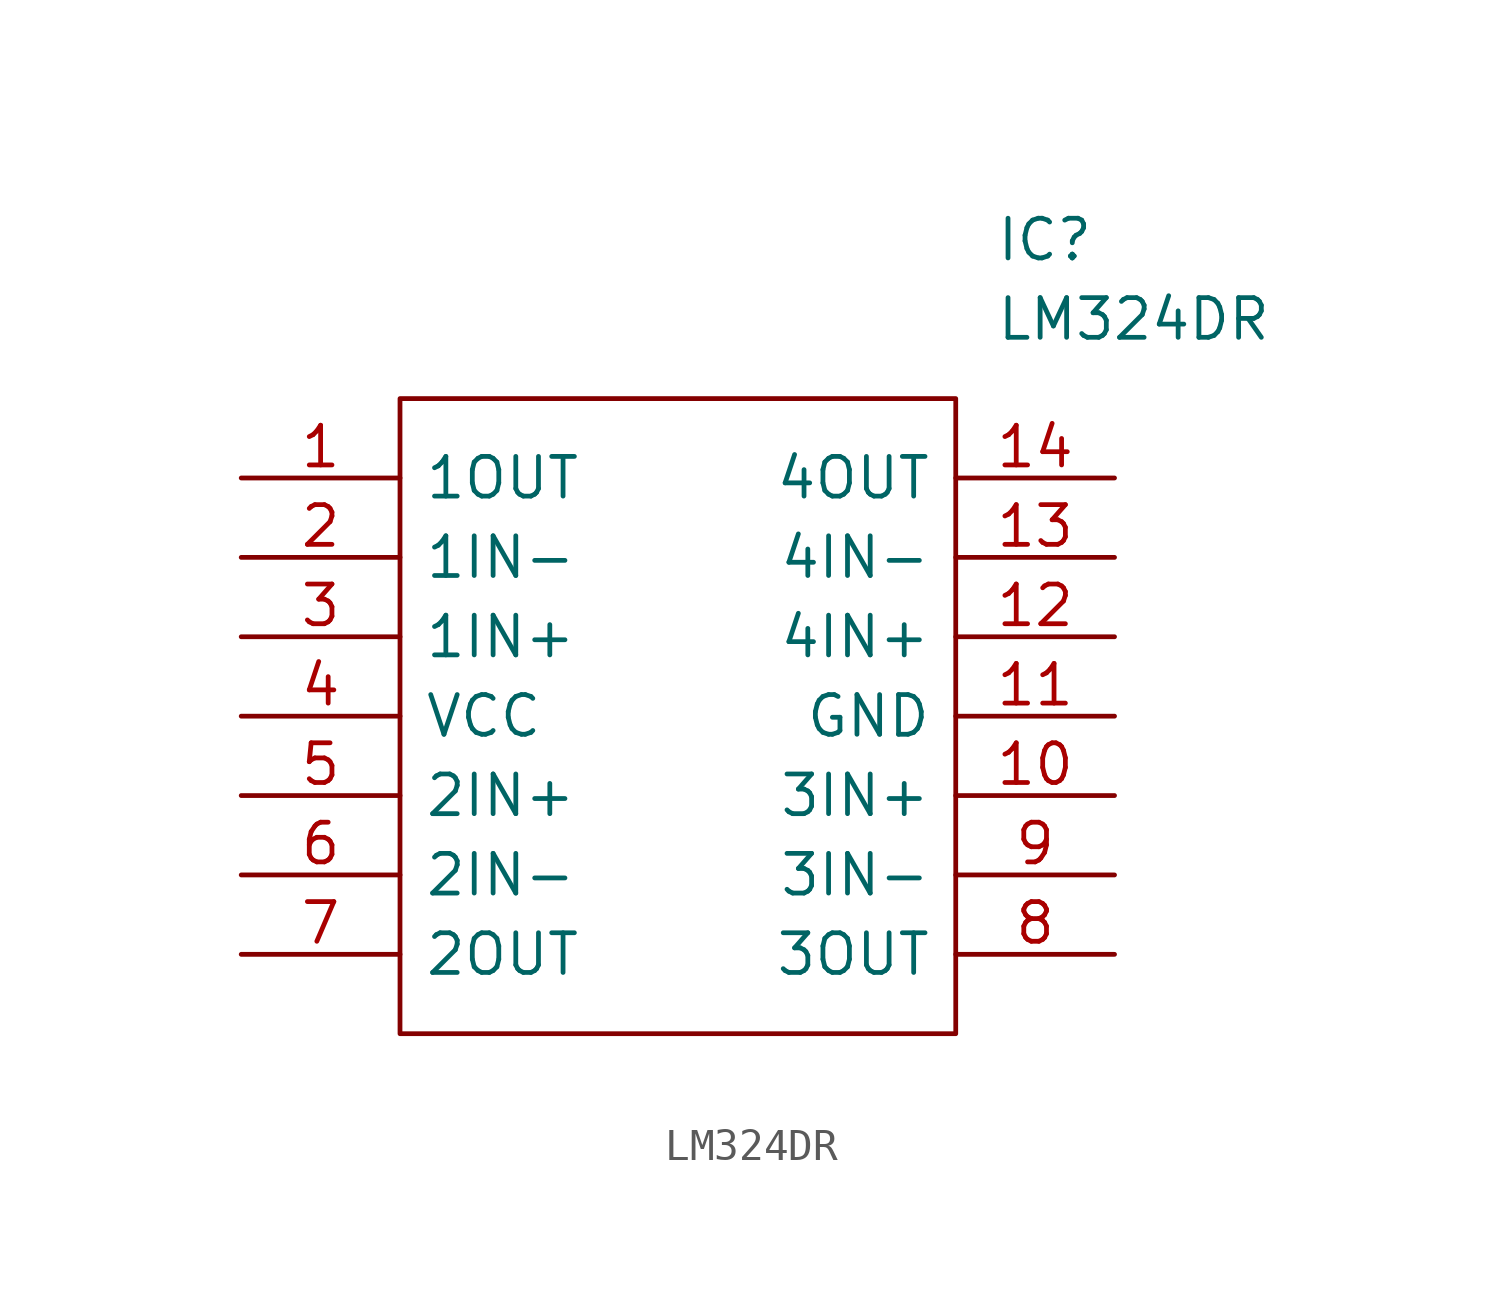
<source format=kicad_sym>
(kicad_symbol_lib
  (version 20211014)
  (generator kicad_symbol_editor)
  (symbol "LM324DR"
    (pin_names
      (offset 0.762))
    (property "Reference" "IC"
      (at 24.13 7.62 0)
      (effects (font (size 1.27 1.27)) (justify left)))
    (property "Value" "LM324DR"
      (at 24.13 5.08 0)
      (effects (font (size 1.27 1.27)) (justify left)))
    (symbol "LM324DR_0_0"
      (pin passive line (at 0 0 0) (length 5.08) (name "1OUT" (effects (font (size 1.27 1.27)))) (number "1" (effects (font (size 1.27 1.27)))))
      (pin passive line (at 27.94 -10.16 180) (length 5.08) (name "3IN+" (effects (font (size 1.27 1.27)))) (number "10" (effects (font (size 1.27 1.27)))))
      (pin passive line (at 27.94 -7.62 180) (length 5.08) (name "GND" (effects (font (size 1.27 1.27)))) (number "11" (effects (font (size 1.27 1.27)))))
      (pin passive line (at 27.94 -5.08 180) (length 5.08) (name "4IN+" (effects (font (size 1.27 1.27)))) (number "12" (effects (font (size 1.27 1.27)))))
      (pin passive line (at 27.94 -2.54 180) (length 5.08) (name "4IN-" (effects (font (size 1.27 1.27)))) (number "13" (effects (font (size 1.27 1.27)))))
      (pin passive line (at 27.94 0 180) (length 5.08) (name "4OUT" (effects (font (size 1.27 1.27)))) (number "14" (effects (font (size 1.27 1.27)))))
      (pin passive line (at 0 -2.54 0) (length 5.08) (name "1IN-" (effects (font (size 1.27 1.27)))) (number "2" (effects (font (size 1.27 1.27)))))
      (pin passive line (at 0 -5.08 0) (length 5.08) (name "1IN+" (effects (font (size 1.27 1.27)))) (number "3" (effects (font (size 1.27 1.27)))))
      (pin passive line (at 0 -7.62 0) (length 5.08) (name "VCC" (effects (font (size 1.27 1.27)))) (number "4" (effects (font (size 1.27 1.27)))))
      (pin passive line (at 0 -10.16 0) (length 5.08) (name "2IN+" (effects (font (size 1.27 1.27)))) (number "5" (effects (font (size 1.27 1.27)))))
      (pin passive line (at 0 -12.7 0) (length 5.08) (name "2IN-" (effects (font (size 1.27 1.27)))) (number "6" (effects (font (size 1.27 1.27)))))
      (pin passive line (at 0 -15.24 0) (length 5.08) (name "2OUT" (effects (font (size 1.27 1.27)))) (number "7" (effects (font (size 1.27 1.27)))))
      (pin passive line (at 27.94 -15.24 180) (length 5.08) (name "3OUT" (effects (font (size 1.27 1.27)))) (number "8" (effects (font (size 1.27 1.27)))))
      (pin passive line (at 27.94 -12.7 180) (length 5.08) (name "3IN-" (effects (font (size 1.27 1.27)))) (number "9" (effects (font (size 1.27 1.27))))))
    (symbol "LM324DR_0_1"
      (polyline (pts (xy 5.08 2.54) (xy 22.86 2.54) (xy 22.86 -17.78) (xy 5.08 -17.78) (xy 5.08 2.54)) (stroke (width 0.152) (type default) (color 0 0 0 0)) (fill (type none))))))
</source>
